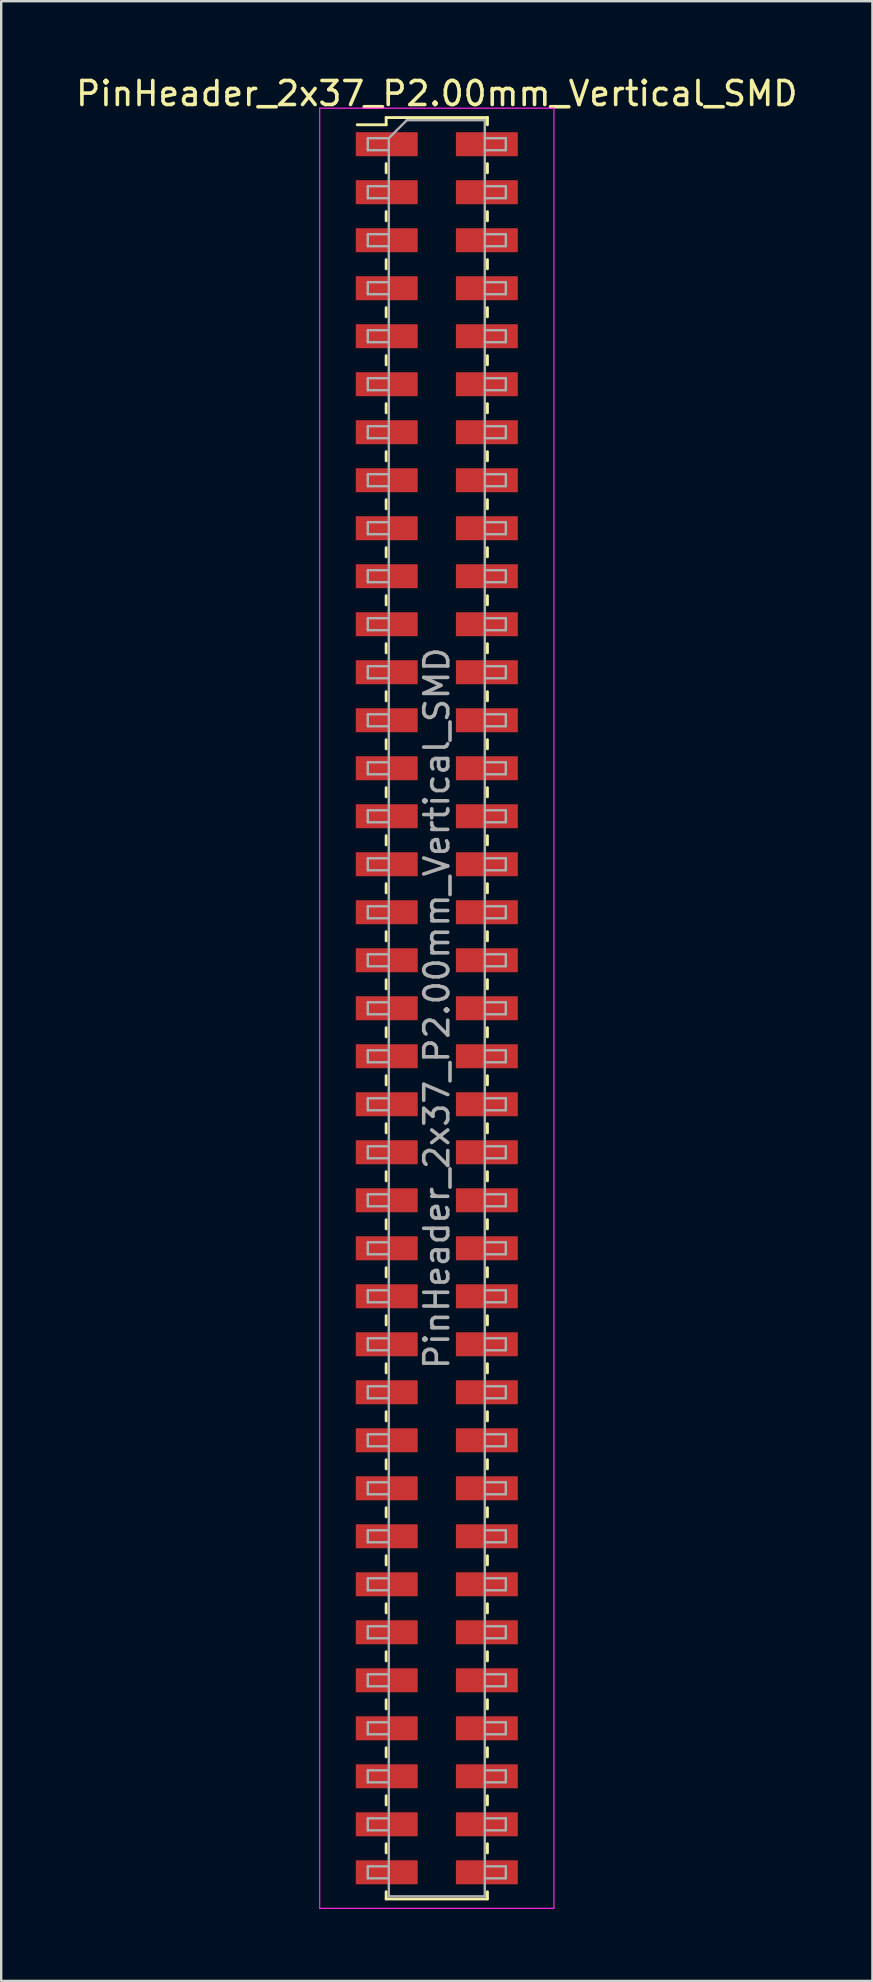
<source format=kicad_pcb>
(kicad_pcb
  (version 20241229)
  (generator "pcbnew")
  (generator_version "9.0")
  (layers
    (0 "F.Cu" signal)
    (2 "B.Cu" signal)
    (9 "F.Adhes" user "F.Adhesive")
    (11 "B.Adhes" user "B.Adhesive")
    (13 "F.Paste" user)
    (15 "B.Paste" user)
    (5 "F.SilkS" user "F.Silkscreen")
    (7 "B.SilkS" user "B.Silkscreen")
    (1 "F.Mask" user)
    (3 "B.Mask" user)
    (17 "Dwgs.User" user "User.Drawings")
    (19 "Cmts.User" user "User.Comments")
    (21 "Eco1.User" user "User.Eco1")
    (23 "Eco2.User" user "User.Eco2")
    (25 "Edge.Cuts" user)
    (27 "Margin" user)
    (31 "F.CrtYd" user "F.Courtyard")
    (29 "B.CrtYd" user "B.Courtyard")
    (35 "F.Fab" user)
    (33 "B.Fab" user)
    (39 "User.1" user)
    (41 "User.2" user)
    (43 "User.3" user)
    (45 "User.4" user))
  (footprint "PinHeader_2x37_P2.00mm_Vertical_SMD"
    (layer "F.Cu")
    (at 15.149 38.958)
    (property "Reference" "PinHeader_2x37_P2.00mm_Vertical_SMD" (at 0 -38.11 0) (layer "F.SilkS") (effects (font (size 1 1) (thickness 0.15))))
    (attr smd)
    (fp_line (start -3.315 -36.81) (end -2.11 -36.81) (stroke (width 0.12) (type solid)) (layer "F.SilkS"))
    (fp_line (start -2.11 -37.11) (end -2.11 -36.81) (stroke (width 0.12) (type solid)) (layer "F.SilkS"))
    (fp_line (start -2.11 -37.11) (end 2.11 -37.11) (stroke (width 0.12) (type solid)) (layer "F.SilkS"))
    (fp_line (start -2.11 -35.19) (end -2.11 -34.81) (stroke (width 0.12) (type solid)) (layer "F.SilkS"))
    (fp_line (start -2.11 -33.19) (end -2.11 -32.81) (stroke (width 0.12) (type solid)) (layer "F.SilkS"))
    (fp_line (start -2.11 -31.19) (end -2.11 -30.81) (stroke (width 0.12) (type solid)) (layer "F.SilkS"))
    (fp_line (start -2.11 -29.19) (end -2.11 -28.81) (stroke (width 0.12) (type solid)) (layer "F.SilkS"))
    (fp_line (start -2.11 -27.19) (end -2.11 -26.81) (stroke (width 0.12) (type solid)) (layer "F.SilkS"))
    (fp_line (start -2.11 -25.19) (end -2.11 -24.81) (stroke (width 0.12) (type solid)) (layer "F.SilkS"))
    (fp_line (start -2.11 -23.19) (end -2.11 -22.81) (stroke (width 0.12) (type solid)) (layer "F.SilkS"))
    (fp_line (start -2.11 -21.19) (end -2.11 -20.81) (stroke (width 0.12) (type solid)) (layer "F.SilkS"))
    (fp_line (start -2.11 -19.19) (end -2.11 -18.81) (stroke (width 0.12) (type solid)) (layer "F.SilkS"))
    (fp_line (start -2.11 -17.19) (end -2.11 -16.81) (stroke (width 0.12) (type solid)) (layer "F.SilkS"))
    (fp_line (start -2.11 -15.19) (end -2.11 -14.81) (stroke (width 0.12) (type solid)) (layer "F.SilkS"))
    (fp_line (start -2.11 -13.19) (end -2.11 -12.81) (stroke (width 0.12) (type solid)) (layer "F.SilkS"))
    (fp_line (start -2.11 -11.19) (end -2.11 -10.81) (stroke (width 0.12) (type solid)) (layer "F.SilkS"))
    (fp_line (start -2.11 -9.19) (end -2.11 -8.81) (stroke (width 0.12) (type solid)) (layer "F.SilkS"))
    (fp_line (start -2.11 -7.19) (end -2.11 -6.81) (stroke (width 0.12) (type solid)) (layer "F.SilkS"))
    (fp_line (start -2.11 -5.19) (end -2.11 -4.81) (stroke (width 0.12) (type solid)) (layer "F.SilkS"))
    (fp_line (start -2.11 -3.19) (end -2.11 -2.81) (stroke (width 0.12) (type solid)) (layer "F.SilkS"))
    (fp_line (start -2.11 -1.19) (end -2.11 -0.81) (stroke (width 0.12) (type solid)) (layer "F.SilkS"))
    (fp_line (start -2.11 0.81) (end -2.11 1.19) (stroke (width 0.12) (type solid)) (layer "F.SilkS"))
    (fp_line (start -2.11 2.81) (end -2.11 3.19) (stroke (width 0.12) (type solid)) (layer "F.SilkS"))
    (fp_line (start -2.11 4.81) (end -2.11 5.19) (stroke (width 0.12) (type solid)) (layer "F.SilkS"))
    (fp_line (start -2.11 6.81) (end -2.11 7.19) (stroke (width 0.12) (type solid)) (layer "F.SilkS"))
    (fp_line (start -2.11 8.81) (end -2.11 9.19) (stroke (width 0.12) (type solid)) (layer "F.SilkS"))
    (fp_line (start -2.11 10.81) (end -2.11 11.19) (stroke (width 0.12) (type solid)) (layer "F.SilkS"))
    (fp_line (start -2.11 12.81) (end -2.11 13.19) (stroke (width 0.12) (type solid)) (layer "F.SilkS"))
    (fp_line (start -2.11 14.81) (end -2.11 15.19) (stroke (width 0.12) (type solid)) (layer "F.SilkS"))
    (fp_line (start -2.11 16.81) (end -2.11 17.19) (stroke (width 0.12) (type solid)) (layer "F.SilkS"))
    (fp_line (start -2.11 18.81) (end -2.11 19.19) (stroke (width 0.12) (type solid)) (layer "F.SilkS"))
    (fp_line (start -2.11 20.81) (end -2.11 21.19) (stroke (width 0.12) (type solid)) (layer "F.SilkS"))
    (fp_line (start -2.11 22.81) (end -2.11 23.19) (stroke (width 0.12) (type solid)) (layer "F.SilkS"))
    (fp_line (start -2.11 24.81) (end -2.11 25.19) (stroke (width 0.12) (type solid)) (layer "F.SilkS"))
    (fp_line (start -2.11 26.81) (end -2.11 27.19) (stroke (width 0.12) (type solid)) (layer "F.SilkS"))
    (fp_line (start -2.11 28.81) (end -2.11 29.19) (stroke (width 0.12) (type solid)) (layer "F.SilkS"))
    (fp_line (start -2.11 30.81) (end -2.11 31.19) (stroke (width 0.12) (type solid)) (layer "F.SilkS"))
    (fp_line (start -2.11 32.81) (end -2.11 33.19) (stroke (width 0.12) (type solid)) (layer "F.SilkS"))
    (fp_line (start -2.11 34.81) (end -2.11 35.19) (stroke (width 0.12) (type solid)) (layer "F.SilkS"))
    (fp_line (start -2.11 36.81) (end -2.11 37.11) (stroke (width 0.12) (type solid)) (layer "F.SilkS"))
    (fp_line (start -2.11 37.11) (end 2.11 37.11) (stroke (width 0.12) (type solid)) (layer "F.SilkS"))
    (fp_line (start 2.11 -37.11) (end 2.11 -36.81) (stroke (width 0.12) (type solid)) (layer "F.SilkS"))
    (fp_line (start 2.11 -35.19) (end 2.11 -34.81) (stroke (width 0.12) (type solid)) (layer "F.SilkS"))
    (fp_line (start 2.11 -33.19) (end 2.11 -32.81) (stroke (width 0.12) (type solid)) (layer "F.SilkS"))
    (fp_line (start 2.11 -31.19) (end 2.11 -30.81) (stroke (width 0.12) (type solid)) (layer "F.SilkS"))
    (fp_line (start 2.11 -29.19) (end 2.11 -28.81) (stroke (width 0.12) (type solid)) (layer "F.SilkS"))
    (fp_line (start 2.11 -27.19) (end 2.11 -26.81) (stroke (width 0.12) (type solid)) (layer "F.SilkS"))
    (fp_line (start 2.11 -25.19) (end 2.11 -24.81) (stroke (width 0.12) (type solid)) (layer "F.SilkS"))
    (fp_line (start 2.11 -23.19) (end 2.11 -22.81) (stroke (width 0.12) (type solid)) (layer "F.SilkS"))
    (fp_line (start 2.11 -21.19) (end 2.11 -20.81) (stroke (width 0.12) (type solid)) (layer "F.SilkS"))
    (fp_line (start 2.11 -19.19) (end 2.11 -18.81) (stroke (width 0.12) (type solid)) (layer "F.SilkS"))
    (fp_line (start 2.11 -17.19) (end 2.11 -16.81) (stroke (width 0.12) (type solid)) (layer "F.SilkS"))
    (fp_line (start 2.11 -15.19) (end 2.11 -14.81) (stroke (width 0.12) (type solid)) (layer "F.SilkS"))
    (fp_line (start 2.11 -13.19) (end 2.11 -12.81) (stroke (width 0.12) (type solid)) (layer "F.SilkS"))
    (fp_line (start 2.11 -11.19) (end 2.11 -10.81) (stroke (width 0.12) (type solid)) (layer "F.SilkS"))
    (fp_line (start 2.11 -9.19) (end 2.11 -8.81) (stroke (width 0.12) (type solid)) (layer "F.SilkS"))
    (fp_line (start 2.11 -7.19) (end 2.11 -6.81) (stroke (width 0.12) (type solid)) (layer "F.SilkS"))
    (fp_line (start 2.11 -5.19) (end 2.11 -4.81) (stroke (width 0.12) (type solid)) (layer "F.SilkS"))
    (fp_line (start 2.11 -3.19) (end 2.11 -2.81) (stroke (width 0.12) (type solid)) (layer "F.SilkS"))
    (fp_line (start 2.11 -1.19) (end 2.11 -0.81) (stroke (width 0.12) (type solid)) (layer "F.SilkS"))
    (fp_line (start 2.11 0.81) (end 2.11 1.19) (stroke (width 0.12) (type solid)) (layer "F.SilkS"))
    (fp_line (start 2.11 2.81) (end 2.11 3.19) (stroke (width 0.12) (type solid)) (layer "F.SilkS"))
    (fp_line (start 2.11 4.81) (end 2.11 5.19) (stroke (width 0.12) (type solid)) (layer "F.SilkS"))
    (fp_line (start 2.11 6.81) (end 2.11 7.19) (stroke (width 0.12) (type solid)) (layer "F.SilkS"))
    (fp_line (start 2.11 8.81) (end 2.11 9.19) (stroke (width 0.12) (type solid)) (layer "F.SilkS"))
    (fp_line (start 2.11 10.81) (end 2.11 11.19) (stroke (width 0.12) (type solid)) (layer "F.SilkS"))
    (fp_line (start 2.11 12.81) (end 2.11 13.19) (stroke (width 0.12) (type solid)) (layer "F.SilkS"))
    (fp_line (start 2.11 14.81) (end 2.11 15.19) (stroke (width 0.12) (type solid)) (layer "F.SilkS"))
    (fp_line (start 2.11 16.81) (end 2.11 17.19) (stroke (width 0.12) (type solid)) (layer "F.SilkS"))
    (fp_line (start 2.11 18.81) (end 2.11 19.19) (stroke (width 0.12) (type solid)) (layer "F.SilkS"))
    (fp_line (start 2.11 20.81) (end 2.11 21.19) (stroke (width 0.12) (type solid)) (layer "F.SilkS"))
    (fp_line (start 2.11 22.81) (end 2.11 23.19) (stroke (width 0.12) (type solid)) (layer "F.SilkS"))
    (fp_line (start 2.11 24.81) (end 2.11 25.19) (stroke (width 0.12) (type solid)) (layer "F.SilkS"))
    (fp_line (start 2.11 26.81) (end 2.11 27.19) (stroke (width 0.12) (type solid)) (layer "F.SilkS"))
    (fp_line (start 2.11 28.81) (end 2.11 29.19) (stroke (width 0.12) (type solid)) (layer "F.SilkS"))
    (fp_line (start 2.11 30.81) (end 2.11 31.19) (stroke (width 0.12) (type solid)) (layer "F.SilkS"))
    (fp_line (start 2.11 32.81) (end 2.11 33.19) (stroke (width 0.12) (type solid)) (layer "F.SilkS"))
    (fp_line (start 2.11 34.81) (end 2.11 35.19) (stroke (width 0.12) (type solid)) (layer "F.SilkS"))
    (fp_line (start 2.11 36.81) (end 2.11 37.11) (stroke (width 0.12) (type solid)) (layer "F.SilkS"))
    (fp_line (start -4.88 -37.5) (end -4.88 37.5) (stroke (width 0.05) (type solid)) (layer "F.CrtYd"))
    (fp_line (start -4.88 37.5) (end 4.88 37.5) (stroke (width 0.05) (type solid)) (layer "F.CrtYd"))
    (fp_line (start 4.88 -37.5) (end -4.88 -37.5) (stroke (width 0.05) (type solid)) (layer "F.CrtYd"))
    (fp_line (start 4.88 37.5) (end 4.88 -37.5) (stroke (width 0.05) (type solid)) (layer "F.CrtYd"))
    (fp_line (start -2.875 -36.25) (end -2.875 -35.75) (stroke (width 0.1) (type solid)) (layer "F.Fab"))
    (fp_line (start -2.875 -35.75) (end -2 -35.75) (stroke (width 0.1) (type solid)) (layer "F.Fab"))
    (fp_line (start -2.875 -34.25) (end -2.875 -33.75) (stroke (width 0.1) (type solid)) (layer "F.Fab"))
    (fp_line (start -2.875 -33.75) (end -2 -33.75) (stroke (width 0.1) (type solid)) (layer "F.Fab"))
    (fp_line (start -2.875 -32.25) (end -2.875 -31.75) (stroke (width 0.1) (type solid)) (layer "F.Fab"))
    (fp_line (start -2.875 -31.75) (end -2 -31.75) (stroke (width 0.1) (type solid)) (layer "F.Fab"))
    (fp_line (start -2.875 -30.25) (end -2.875 -29.75) (stroke (width 0.1) (type solid)) (layer "F.Fab"))
    (fp_line (start -2.875 -29.75) (end -2 -29.75) (stroke (width 0.1) (type solid)) (layer "F.Fab"))
    (fp_line (start -2.875 -28.25) (end -2.875 -27.75) (stroke (width 0.1) (type solid)) (layer "F.Fab"))
    (fp_line (start -2.875 -27.75) (end -2 -27.75) (stroke (width 0.1) (type solid)) (layer "F.Fab"))
    (fp_line (start -2.875 -26.25) (end -2.875 -25.75) (stroke (width 0.1) (type solid)) (layer "F.Fab"))
    (fp_line (start -2.875 -25.75) (end -2 -25.75) (stroke (width 0.1) (type solid)) (layer "F.Fab"))
    (fp_line (start -2.875 -24.25) (end -2.875 -23.75) (stroke (width 0.1) (type solid)) (layer "F.Fab"))
    (fp_line (start -2.875 -23.75) (end -2 -23.75) (stroke (width 0.1) (type solid)) (layer "F.Fab"))
    (fp_line (start -2.875 -22.25) (end -2.875 -21.75) (stroke (width 0.1) (type solid)) (layer "F.Fab"))
    (fp_line (start -2.875 -21.75) (end -2 -21.75) (stroke (width 0.1) (type solid)) (layer "F.Fab"))
    (fp_line (start -2.875 -20.25) (end -2.875 -19.75) (stroke (width 0.1) (type solid)) (layer "F.Fab"))
    (fp_line (start -2.875 -19.75) (end -2 -19.75) (stroke (width 0.1) (type solid)) (layer "F.Fab"))
    (fp_line (start -2.875 -18.25) (end -2.875 -17.75) (stroke (width 0.1) (type solid)) (layer "F.Fab"))
    (fp_line (start -2.875 -17.75) (end -2 -17.75) (stroke (width 0.1) (type solid)) (layer "F.Fab"))
    (fp_line (start -2.875 -16.25) (end -2.875 -15.75) (stroke (width 0.1) (type solid)) (layer "F.Fab"))
    (fp_line (start -2.875 -15.75) (end -2 -15.75) (stroke (width 0.1) (type solid)) (layer "F.Fab"))
    (fp_line (start -2.875 -14.25) (end -2.875 -13.75) (stroke (width 0.1) (type solid)) (layer "F.Fab"))
    (fp_line (start -2.875 -13.75) (end -2 -13.75) (stroke (width 0.1) (type solid)) (layer "F.Fab"))
    (fp_line (start -2.875 -12.25) (end -2.875 -11.75) (stroke (width 0.1) (type solid)) (layer "F.Fab"))
    (fp_line (start -2.875 -11.75) (end -2 -11.75) (stroke (width 0.1) (type solid)) (layer "F.Fab"))
    (fp_line (start -2.875 -10.25) (end -2.875 -9.75) (stroke (width 0.1) (type solid)) (layer "F.Fab"))
    (fp_line (start -2.875 -9.75) (end -2 -9.75) (stroke (width 0.1) (type solid)) (layer "F.Fab"))
    (fp_line (start -2.875 -8.25) (end -2.875 -7.75) (stroke (width 0.1) (type solid)) (layer "F.Fab"))
    (fp_line (start -2.875 -7.75) (end -2 -7.75) (stroke (width 0.1) (type solid)) (layer "F.Fab"))
    (fp_line (start -2.875 -6.25) (end -2.875 -5.75) (stroke (width 0.1) (type solid)) (layer "F.Fab"))
    (fp_line (start -2.875 -5.75) (end -2 -5.75) (stroke (width 0.1) (type solid)) (layer "F.Fab"))
    (fp_line (start -2.875 -4.25) (end -2.875 -3.75) (stroke (width 0.1) (type solid)) (layer "F.Fab"))
    (fp_line (start -2.875 -3.75) (end -2 -3.75) (stroke (width 0.1) (type solid)) (layer "F.Fab"))
    (fp_line (start -2.875 -2.25) (end -2.875 -1.75) (stroke (width 0.1) (type solid)) (layer "F.Fab"))
    (fp_line (start -2.875 -1.75) (end -2 -1.75) (stroke (width 0.1) (type solid)) (layer "F.Fab"))
    (fp_line (start -2.875 -0.25) (end -2.875 0.25) (stroke (width 0.1) (type solid)) (layer "F.Fab"))
    (fp_line (start -2.875 0.25) (end -2 0.25) (stroke (width 0.1) (type solid)) (layer "F.Fab"))
    (fp_line (start -2.875 1.75) (end -2.875 2.25) (stroke (width 0.1) (type solid)) (layer "F.Fab"))
    (fp_line (start -2.875 2.25) (end -2 2.25) (stroke (width 0.1) (type solid)) (layer "F.Fab"))
    (fp_line (start -2.875 3.75) (end -2.875 4.25) (stroke (width 0.1) (type solid)) (layer "F.Fab"))
    (fp_line (start -2.875 4.25) (end -2 4.25) (stroke (width 0.1) (type solid)) (layer "F.Fab"))
    (fp_line (start -2.875 5.75) (end -2.875 6.25) (stroke (width 0.1) (type solid)) (layer "F.Fab"))
    (fp_line (start -2.875 6.25) (end -2 6.25) (stroke (width 0.1) (type solid)) (layer "F.Fab"))
    (fp_line (start -2.875 7.75) (end -2.875 8.25) (stroke (width 0.1) (type solid)) (layer "F.Fab"))
    (fp_line (start -2.875 8.25) (end -2 8.25) (stroke (width 0.1) (type solid)) (layer "F.Fab"))
    (fp_line (start -2.875 9.75) (end -2.875 10.25) (stroke (width 0.1) (type solid)) (layer "F.Fab"))
    (fp_line (start -2.875 10.25) (end -2 10.25) (stroke (width 0.1) (type solid)) (layer "F.Fab"))
    (fp_line (start -2.875 11.75) (end -2.875 12.25) (stroke (width 0.1) (type solid)) (layer "F.Fab"))
    (fp_line (start -2.875 12.25) (end -2 12.25) (stroke (width 0.1) (type solid)) (layer "F.Fab"))
    (fp_line (start -2.875 13.75) (end -2.875 14.25) (stroke (width 0.1) (type solid)) (layer "F.Fab"))
    (fp_line (start -2.875 14.25) (end -2 14.25) (stroke (width 0.1) (type solid)) (layer "F.Fab"))
    (fp_line (start -2.875 15.75) (end -2.875 16.25) (stroke (width 0.1) (type solid)) (layer "F.Fab"))
    (fp_line (start -2.875 16.25) (end -2 16.25) (stroke (width 0.1) (type solid)) (layer "F.Fab"))
    (fp_line (start -2.875 17.75) (end -2.875 18.25) (stroke (width 0.1) (type solid)) (layer "F.Fab"))
    (fp_line (start -2.875 18.25) (end -2 18.25) (stroke (width 0.1) (type solid)) (layer "F.Fab"))
    (fp_line (start -2.875 19.75) (end -2.875 20.25) (stroke (width 0.1) (type solid)) (layer "F.Fab"))
    (fp_line (start -2.875 20.25) (end -2 20.25) (stroke (width 0.1) (type solid)) (layer "F.Fab"))
    (fp_line (start -2.875 21.75) (end -2.875 22.25) (stroke (width 0.1) (type solid)) (layer "F.Fab"))
    (fp_line (start -2.875 22.25) (end -2 22.25) (stroke (width 0.1) (type solid)) (layer "F.Fab"))
    (fp_line (start -2.875 23.75) (end -2.875 24.25) (stroke (width 0.1) (type solid)) (layer "F.Fab"))
    (fp_line (start -2.875 24.25) (end -2 24.25) (stroke (width 0.1) (type solid)) (layer "F.Fab"))
    (fp_line (start -2.875 25.75) (end -2.875 26.25) (stroke (width 0.1) (type solid)) (layer "F.Fab"))
    (fp_line (start -2.875 26.25) (end -2 26.25) (stroke (width 0.1) (type solid)) (layer "F.Fab"))
    (fp_line (start -2.875 27.75) (end -2.875 28.25) (stroke (width 0.1) (type solid)) (layer "F.Fab"))
    (fp_line (start -2.875 28.25) (end -2 28.25) (stroke (width 0.1) (type solid)) (layer "F.Fab"))
    (fp_line (start -2.875 29.75) (end -2.875 30.25) (stroke (width 0.1) (type solid)) (layer "F.Fab"))
    (fp_line (start -2.875 30.25) (end -2 30.25) (stroke (width 0.1) (type solid)) (layer "F.Fab"))
    (fp_line (start -2.875 31.75) (end -2.875 32.25) (stroke (width 0.1) (type solid)) (layer "F.Fab"))
    (fp_line (start -2.875 32.25) (end -2 32.25) (stroke (width 0.1) (type solid)) (layer "F.Fab"))
    (fp_line (start -2.875 33.75) (end -2.875 34.25) (stroke (width 0.1) (type solid)) (layer "F.Fab"))
    (fp_line (start -2.875 34.25) (end -2 34.25) (stroke (width 0.1) (type solid)) (layer "F.Fab"))
    (fp_line (start -2.875 35.75) (end -2.875 36.25) (stroke (width 0.1) (type solid)) (layer "F.Fab"))
    (fp_line (start -2.875 36.25) (end -2 36.25) (stroke (width 0.1) (type solid)) (layer "F.Fab"))
    (fp_line (start -2 -36.25) (end -2.875 -36.25) (stroke (width 0.1) (type solid)) (layer "F.Fab"))
    (fp_line (start -2 -36.25) (end -1.25 -37) (stroke (width 0.1) (type solid)) (layer "F.Fab"))
    (fp_line (start -2 -34.25) (end -2.875 -34.25) (stroke (width 0.1) (type solid)) (layer "F.Fab"))
    (fp_line (start -2 -32.25) (end -2.875 -32.25) (stroke (width 0.1) (type solid)) (layer "F.Fab"))
    (fp_line (start -2 -30.25) (end -2.875 -30.25) (stroke (width 0.1) (type solid)) (layer "F.Fab"))
    (fp_line (start -2 -28.25) (end -2.875 -28.25) (stroke (width 0.1) (type solid)) (layer "F.Fab"))
    (fp_line (start -2 -26.25) (end -2.875 -26.25) (stroke (width 0.1) (type solid)) (layer "F.Fab"))
    (fp_line (start -2 -24.25) (end -2.875 -24.25) (stroke (width 0.1) (type solid)) (layer "F.Fab"))
    (fp_line (start -2 -22.25) (end -2.875 -22.25) (stroke (width 0.1) (type solid)) (layer "F.Fab"))
    (fp_line (start -2 -20.25) (end -2.875 -20.25) (stroke (width 0.1) (type solid)) (layer "F.Fab"))
    (fp_line (start -2 -18.25) (end -2.875 -18.25) (stroke (width 0.1) (type solid)) (layer "F.Fab"))
    (fp_line (start -2 -16.25) (end -2.875 -16.25) (stroke (width 0.1) (type solid)) (layer "F.Fab"))
    (fp_line (start -2 -14.25) (end -2.875 -14.25) (stroke (width 0.1) (type solid)) (layer "F.Fab"))
    (fp_line (start -2 -12.25) (end -2.875 -12.25) (stroke (width 0.1) (type solid)) (layer "F.Fab"))
    (fp_line (start -2 -10.25) (end -2.875 -10.25) (stroke (width 0.1) (type solid)) (layer "F.Fab"))
    (fp_line (start -2 -8.25) (end -2.875 -8.25) (stroke (width 0.1) (type solid)) (layer "F.Fab"))
    (fp_line (start -2 -6.25) (end -2.875 -6.25) (stroke (width 0.1) (type solid)) (layer "F.Fab"))
    (fp_line (start -2 -4.25) (end -2.875 -4.25) (stroke (width 0.1) (type solid)) (layer "F.Fab"))
    (fp_line (start -2 -2.25) (end -2.875 -2.25) (stroke (width 0.1) (type solid)) (layer "F.Fab"))
    (fp_line (start -2 -0.25) (end -2.875 -0.25) (stroke (width 0.1) (type solid)) (layer "F.Fab"))
    (fp_line (start -2 1.75) (end -2.875 1.75) (stroke (width 0.1) (type solid)) (layer "F.Fab"))
    (fp_line (start -2 3.75) (end -2.875 3.75) (stroke (width 0.1) (type solid)) (layer "F.Fab"))
    (fp_line (start -2 5.75) (end -2.875 5.75) (stroke (width 0.1) (type solid)) (layer "F.Fab"))
    (fp_line (start -2 7.75) (end -2.875 7.75) (stroke (width 0.1) (type solid)) (layer "F.Fab"))
    (fp_line (start -2 9.75) (end -2.875 9.75) (stroke (width 0.1) (type solid)) (layer "F.Fab"))
    (fp_line (start -2 11.75) (end -2.875 11.75) (stroke (width 0.1) (type solid)) (layer "F.Fab"))
    (fp_line (start -2 13.75) (end -2.875 13.75) (stroke (width 0.1) (type solid)) (layer "F.Fab"))
    (fp_line (start -2 15.75) (end -2.875 15.75) (stroke (width 0.1) (type solid)) (layer "F.Fab"))
    (fp_line (start -2 17.75) (end -2.875 17.75) (stroke (width 0.1) (type solid)) (layer "F.Fab"))
    (fp_line (start -2 19.75) (end -2.875 19.75) (stroke (width 0.1) (type solid)) (layer "F.Fab"))
    (fp_line (start -2 21.75) (end -2.875 21.75) (stroke (width 0.1) (type solid)) (layer "F.Fab"))
    (fp_line (start -2 23.75) (end -2.875 23.75) (stroke (width 0.1) (type solid)) (layer "F.Fab"))
    (fp_line (start -2 25.75) (end -2.875 25.75) (stroke (width 0.1) (type solid)) (layer "F.Fab"))
    (fp_line (start -2 27.75) (end -2.875 27.75) (stroke (width 0.1) (type solid)) (layer "F.Fab"))
    (fp_line (start -2 29.75) (end -2.875 29.75) (stroke (width 0.1) (type solid)) (layer "F.Fab"))
    (fp_line (start -2 31.75) (end -2.875 31.75) (stroke (width 0.1) (type solid)) (layer "F.Fab"))
    (fp_line (start -2 33.75) (end -2.875 33.75) (stroke (width 0.1) (type solid)) (layer "F.Fab"))
    (fp_line (start -2 35.75) (end -2.875 35.75) (stroke (width 0.1) (type solid)) (layer "F.Fab"))
    (fp_line (start -2 37) (end -2 -36.25) (stroke (width 0.1) (type solid)) (layer "F.Fab"))
    (fp_line (start -1.25 -37) (end 2 -37) (stroke (width 0.1) (type solid)) (layer "F.Fab"))
    (fp_line (start 2 -37) (end 2 37) (stroke (width 0.1) (type solid)) (layer "F.Fab"))
    (fp_line (start 2 -36.25) (end 2.875 -36.25) (stroke (width 0.1) (type solid)) (layer "F.Fab"))
    (fp_line (start 2 -34.25) (end 2.875 -34.25) (stroke (width 0.1) (type solid)) (layer "F.Fab"))
    (fp_line (start 2 -32.25) (end 2.875 -32.25) (stroke (width 0.1) (type solid)) (layer "F.Fab"))
    (fp_line (start 2 -30.25) (end 2.875 -30.25) (stroke (width 0.1) (type solid)) (layer "F.Fab"))
    (fp_line (start 2 -28.25) (end 2.875 -28.25) (stroke (width 0.1) (type solid)) (layer "F.Fab"))
    (fp_line (start 2 -26.25) (end 2.875 -26.25) (stroke (width 0.1) (type solid)) (layer "F.Fab"))
    (fp_line (start 2 -24.25) (end 2.875 -24.25) (stroke (width 0.1) (type solid)) (layer "F.Fab"))
    (fp_line (start 2 -22.25) (end 2.875 -22.25) (stroke (width 0.1) (type solid)) (layer "F.Fab"))
    (fp_line (start 2 -20.25) (end 2.875 -20.25) (stroke (width 0.1) (type solid)) (layer "F.Fab"))
    (fp_line (start 2 -18.25) (end 2.875 -18.25) (stroke (width 0.1) (type solid)) (layer "F.Fab"))
    (fp_line (start 2 -16.25) (end 2.875 -16.25) (stroke (width 0.1) (type solid)) (layer "F.Fab"))
    (fp_line (start 2 -14.25) (end 2.875 -14.25) (stroke (width 0.1) (type solid)) (layer "F.Fab"))
    (fp_line (start 2 -12.25) (end 2.875 -12.25) (stroke (width 0.1) (type solid)) (layer "F.Fab"))
    (fp_line (start 2 -10.25) (end 2.875 -10.25) (stroke (width 0.1) (type solid)) (layer "F.Fab"))
    (fp_line (start 2 -8.25) (end 2.875 -8.25) (stroke (width 0.1) (type solid)) (layer "F.Fab"))
    (fp_line (start 2 -6.25) (end 2.875 -6.25) (stroke (width 0.1) (type solid)) (layer "F.Fab"))
    (fp_line (start 2 -4.25) (end 2.875 -4.25) (stroke (width 0.1) (type solid)) (layer "F.Fab"))
    (fp_line (start 2 -2.25) (end 2.875 -2.25) (stroke (width 0.1) (type solid)) (layer "F.Fab"))
    (fp_line (start 2 -0.25) (end 2.875 -0.25) (stroke (width 0.1) (type solid)) (layer "F.Fab"))
    (fp_line (start 2 1.75) (end 2.875 1.75) (stroke (width 0.1) (type solid)) (layer "F.Fab"))
    (fp_line (start 2 3.75) (end 2.875 3.75) (stroke (width 0.1) (type solid)) (layer "F.Fab"))
    (fp_line (start 2 5.75) (end 2.875 5.75) (stroke (width 0.1) (type solid)) (layer "F.Fab"))
    (fp_line (start 2 7.75) (end 2.875 7.75) (stroke (width 0.1) (type solid)) (layer "F.Fab"))
    (fp_line (start 2 9.75) (end 2.875 9.75) (stroke (width 0.1) (type solid)) (layer "F.Fab"))
    (fp_line (start 2 11.75) (end 2.875 11.75) (stroke (width 0.1) (type solid)) (layer "F.Fab"))
    (fp_line (start 2 13.75) (end 2.875 13.75) (stroke (width 0.1) (type solid)) (layer "F.Fab"))
    (fp_line (start 2 15.75) (end 2.875 15.75) (stroke (width 0.1) (type solid)) (layer "F.Fab"))
    (fp_line (start 2 17.75) (end 2.875 17.75) (stroke (width 0.1) (type solid)) (layer "F.Fab"))
    (fp_line (start 2 19.75) (end 2.875 19.75) (stroke (width 0.1) (type solid)) (layer "F.Fab"))
    (fp_line (start 2 21.75) (end 2.875 21.75) (stroke (width 0.1) (type solid)) (layer "F.Fab"))
    (fp_line (start 2 23.75) (end 2.875 23.75) (stroke (width 0.1) (type solid)) (layer "F.Fab"))
    (fp_line (start 2 25.75) (end 2.875 25.75) (stroke (width 0.1) (type solid)) (layer "F.Fab"))
    (fp_line (start 2 27.75) (end 2.875 27.75) (stroke (width 0.1) (type solid)) (layer "F.Fab"))
    (fp_line (start 2 29.75) (end 2.875 29.75) (stroke (width 0.1) (type solid)) (layer "F.Fab"))
    (fp_line (start 2 31.75) (end 2.875 31.75) (stroke (width 0.1) (type solid)) (layer "F.Fab"))
    (fp_line (start 2 33.75) (end 2.875 33.75) (stroke (width 0.1) (type solid)) (layer "F.Fab"))
    (fp_line (start 2 35.75) (end 2.875 35.75) (stroke (width 0.1) (type solid)) (layer "F.Fab"))
    (fp_line (start 2 37) (end -2 37) (stroke (width 0.1) (type solid)) (layer "F.Fab"))
    (fp_line (start 2.875 -36.25) (end 2.875 -35.75) (stroke (width 0.1) (type solid)) (layer "F.Fab"))
    (fp_line (start 2.875 -35.75) (end 2 -35.75) (stroke (width 0.1) (type solid)) (layer "F.Fab"))
    (fp_line (start 2.875 -34.25) (end 2.875 -33.75) (stroke (width 0.1) (type solid)) (layer "F.Fab"))
    (fp_line (start 2.875 -33.75) (end 2 -33.75) (stroke (width 0.1) (type solid)) (layer "F.Fab"))
    (fp_line (start 2.875 -32.25) (end 2.875 -31.75) (stroke (width 0.1) (type solid)) (layer "F.Fab"))
    (fp_line (start 2.875 -31.75) (end 2 -31.75) (stroke (width 0.1) (type solid)) (layer "F.Fab"))
    (fp_line (start 2.875 -30.25) (end 2.875 -29.75) (stroke (width 0.1) (type solid)) (layer "F.Fab"))
    (fp_line (start 2.875 -29.75) (end 2 -29.75) (stroke (width 0.1) (type solid)) (layer "F.Fab"))
    (fp_line (start 2.875 -28.25) (end 2.875 -27.75) (stroke (width 0.1) (type solid)) (layer "F.Fab"))
    (fp_line (start 2.875 -27.75) (end 2 -27.75) (stroke (width 0.1) (type solid)) (layer "F.Fab"))
    (fp_line (start 2.875 -26.25) (end 2.875 -25.75) (stroke (width 0.1) (type solid)) (layer "F.Fab"))
    (fp_line (start 2.875 -25.75) (end 2 -25.75) (stroke (width 0.1) (type solid)) (layer "F.Fab"))
    (fp_line (start 2.875 -24.25) (end 2.875 -23.75) (stroke (width 0.1) (type solid)) (layer "F.Fab"))
    (fp_line (start 2.875 -23.75) (end 2 -23.75) (stroke (width 0.1) (type solid)) (layer "F.Fab"))
    (fp_line (start 2.875 -22.25) (end 2.875 -21.75) (stroke (width 0.1) (type solid)) (layer "F.Fab"))
    (fp_line (start 2.875 -21.75) (end 2 -21.75) (stroke (width 0.1) (type solid)) (layer "F.Fab"))
    (fp_line (start 2.875 -20.25) (end 2.875 -19.75) (stroke (width 0.1) (type solid)) (layer "F.Fab"))
    (fp_line (start 2.875 -19.75) (end 2 -19.75) (stroke (width 0.1) (type solid)) (layer "F.Fab"))
    (fp_line (start 2.875 -18.25) (end 2.875 -17.75) (stroke (width 0.1) (type solid)) (layer "F.Fab"))
    (fp_line (start 2.875 -17.75) (end 2 -17.75) (stroke (width 0.1) (type solid)) (layer "F.Fab"))
    (fp_line (start 2.875 -16.25) (end 2.875 -15.75) (stroke (width 0.1) (type solid)) (layer "F.Fab"))
    (fp_line (start 2.875 -15.75) (end 2 -15.75) (stroke (width 0.1) (type solid)) (layer "F.Fab"))
    (fp_line (start 2.875 -14.25) (end 2.875 -13.75) (stroke (width 0.1) (type solid)) (layer "F.Fab"))
    (fp_line (start 2.875 -13.75) (end 2 -13.75) (stroke (width 0.1) (type solid)) (layer "F.Fab"))
    (fp_line (start 2.875 -12.25) (end 2.875 -11.75) (stroke (width 0.1) (type solid)) (layer "F.Fab"))
    (fp_line (start 2.875 -11.75) (end 2 -11.75) (stroke (width 0.1) (type solid)) (layer "F.Fab"))
    (fp_line (start 2.875 -10.25) (end 2.875 -9.75) (stroke (width 0.1) (type solid)) (layer "F.Fab"))
    (fp_line (start 2.875 -9.75) (end 2 -9.75) (stroke (width 0.1) (type solid)) (layer "F.Fab"))
    (fp_line (start 2.875 -8.25) (end 2.875 -7.75) (stroke (width 0.1) (type solid)) (layer "F.Fab"))
    (fp_line (start 2.875 -7.75) (end 2 -7.75) (stroke (width 0.1) (type solid)) (layer "F.Fab"))
    (fp_line (start 2.875 -6.25) (end 2.875 -5.75) (stroke (width 0.1) (type solid)) (layer "F.Fab"))
    (fp_line (start 2.875 -5.75) (end 2 -5.75) (stroke (width 0.1) (type solid)) (layer "F.Fab"))
    (fp_line (start 2.875 -4.25) (end 2.875 -3.75) (stroke (width 0.1) (type solid)) (layer "F.Fab"))
    (fp_line (start 2.875 -3.75) (end 2 -3.75) (stroke (width 0.1) (type solid)) (layer "F.Fab"))
    (fp_line (start 2.875 -2.25) (end 2.875 -1.75) (stroke (width 0.1) (type solid)) (layer "F.Fab"))
    (fp_line (start 2.875 -1.75) (end 2 -1.75) (stroke (width 0.1) (type solid)) (layer "F.Fab"))
    (fp_line (start 2.875 -0.25) (end 2.875 0.25) (stroke (width 0.1) (type solid)) (layer "F.Fab"))
    (fp_line (start 2.875 0.25) (end 2 0.25) (stroke (width 0.1) (type solid)) (layer "F.Fab"))
    (fp_line (start 2.875 1.75) (end 2.875 2.25) (stroke (width 0.1) (type solid)) (layer "F.Fab"))
    (fp_line (start 2.875 2.25) (end 2 2.25) (stroke (width 0.1) (type solid)) (layer "F.Fab"))
    (fp_line (start 2.875 3.75) (end 2.875 4.25) (stroke (width 0.1) (type solid)) (layer "F.Fab"))
    (fp_line (start 2.875 4.25) (end 2 4.25) (stroke (width 0.1) (type solid)) (layer "F.Fab"))
    (fp_line (start 2.875 5.75) (end 2.875 6.25) (stroke (width 0.1) (type solid)) (layer "F.Fab"))
    (fp_line (start 2.875 6.25) (end 2 6.25) (stroke (width 0.1) (type solid)) (layer "F.Fab"))
    (fp_line (start 2.875 7.75) (end 2.875 8.25) (stroke (width 0.1) (type solid)) (layer "F.Fab"))
    (fp_line (start 2.875 8.25) (end 2 8.25) (stroke (width 0.1) (type solid)) (layer "F.Fab"))
    (fp_line (start 2.875 9.75) (end 2.875 10.25) (stroke (width 0.1) (type solid)) (layer "F.Fab"))
    (fp_line (start 2.875 10.25) (end 2 10.25) (stroke (width 0.1) (type solid)) (layer "F.Fab"))
    (fp_line (start 2.875 11.75) (end 2.875 12.25) (stroke (width 0.1) (type solid)) (layer "F.Fab"))
    (fp_line (start 2.875 12.25) (end 2 12.25) (stroke (width 0.1) (type solid)) (layer "F.Fab"))
    (fp_line (start 2.875 13.75) (end 2.875 14.25) (stroke (width 0.1) (type solid)) (layer "F.Fab"))
    (fp_line (start 2.875 14.25) (end 2 14.25) (stroke (width 0.1) (type solid)) (layer "F.Fab"))
    (fp_line (start 2.875 15.75) (end 2.875 16.25) (stroke (width 0.1) (type solid)) (layer "F.Fab"))
    (fp_line (start 2.875 16.25) (end 2 16.25) (stroke (width 0.1) (type solid)) (layer "F.Fab"))
    (fp_line (start 2.875 17.75) (end 2.875 18.25) (stroke (width 0.1) (type solid)) (layer "F.Fab"))
    (fp_line (start 2.875 18.25) (end 2 18.25) (stroke (width 0.1) (type solid)) (layer "F.Fab"))
    (fp_line (start 2.875 19.75) (end 2.875 20.25) (stroke (width 0.1) (type solid)) (layer "F.Fab"))
    (fp_line (start 2.875 20.25) (end 2 20.25) (stroke (width 0.1) (type solid)) (layer "F.Fab"))
    (fp_line (start 2.875 21.75) (end 2.875 22.25) (stroke (width 0.1) (type solid)) (layer "F.Fab"))
    (fp_line (start 2.875 22.25) (end 2 22.25) (stroke (width 0.1) (type solid)) (layer "F.Fab"))
    (fp_line (start 2.875 23.75) (end 2.875 24.25) (stroke (width 0.1) (type solid)) (layer "F.Fab"))
    (fp_line (start 2.875 24.25) (end 2 24.25) (stroke (width 0.1) (type solid)) (layer "F.Fab"))
    (fp_line (start 2.875 25.75) (end 2.875 26.25) (stroke (width 0.1) (type solid)) (layer "F.Fab"))
    (fp_line (start 2.875 26.25) (end 2 26.25) (stroke (width 0.1) (type solid)) (layer "F.Fab"))
    (fp_line (start 2.875 27.75) (end 2.875 28.25) (stroke (width 0.1) (type solid)) (layer "F.Fab"))
    (fp_line (start 2.875 28.25) (end 2 28.25) (stroke (width 0.1) (type solid)) (layer "F.Fab"))
    (fp_line (start 2.875 29.75) (end 2.875 30.25) (stroke (width 0.1) (type solid)) (layer "F.Fab"))
    (fp_line (start 2.875 30.25) (end 2 30.25) (stroke (width 0.1) (type solid)) (layer "F.Fab"))
    (fp_line (start 2.875 31.75) (end 2.875 32.25) (stroke (width 0.1) (type solid)) (layer "F.Fab"))
    (fp_line (start 2.875 32.25) (end 2 32.25) (stroke (width 0.1) (type solid)) (layer "F.Fab"))
    (fp_line (start 2.875 33.75) (end 2.875 34.25) (stroke (width 0.1) (type solid)) (layer "F.Fab"))
    (fp_line (start 2.875 34.25) (end 2 34.25) (stroke (width 0.1) (type solid)) (layer "F.Fab"))
    (fp_line (start 2.875 35.75) (end 2.875 36.25) (stroke (width 0.1) (type solid)) (layer "F.Fab"))
    (fp_line (start 2.875 36.25) (end 2 36.25) (stroke (width 0.1) (type solid)) (layer "F.Fab"))
    (fp_text user "${REFERENCE}" (at 0 0 90) (layer "F.Fab") (effects (font (size 1 1) (thickness 0.15))))
    (pad "1" smd rect (at -2.085 -36) (size 2.58 1) (layers "F.Cu" "F.Mask" "F.Paste"))
    (pad "2" smd rect (at 2.085 -36) (size 2.58 1) (layers "F.Cu" "F.Mask" "F.Paste"))
    (pad "3" smd rect (at -2.085 -34) (size 2.58 1) (layers "F.Cu" "F.Mask" "F.Paste"))
    (pad "4" smd rect (at 2.085 -34) (size 2.58 1) (layers "F.Cu" "F.Mask" "F.Paste"))
    (pad "5" smd rect (at -2.085 -32) (size 2.58 1) (layers "F.Cu" "F.Mask" "F.Paste"))
    (pad "6" smd rect (at 2.085 -32) (size 2.58 1) (layers "F.Cu" "F.Mask" "F.Paste"))
    (pad "7" smd rect (at -2.085 -30) (size 2.58 1) (layers "F.Cu" "F.Mask" "F.Paste"))
    (pad "8" smd rect (at 2.085 -30) (size 2.58 1) (layers "F.Cu" "F.Mask" "F.Paste"))
    (pad "9" smd rect (at -2.085 -28) (size 2.58 1) (layers "F.Cu" "F.Mask" "F.Paste"))
    (pad "10" smd rect (at 2.085 -28) (size 2.58 1) (layers "F.Cu" "F.Mask" "F.Paste"))
    (pad "11" smd rect (at -2.085 -26) (size 2.58 1) (layers "F.Cu" "F.Mask" "F.Paste"))
    (pad "12" smd rect (at 2.085 -26) (size 2.58 1) (layers "F.Cu" "F.Mask" "F.Paste"))
    (pad "13" smd rect (at -2.085 -24) (size 2.58 1) (layers "F.Cu" "F.Mask" "F.Paste"))
    (pad "14" smd rect (at 2.085 -24) (size 2.58 1) (layers "F.Cu" "F.Mask" "F.Paste"))
    (pad "15" smd rect (at -2.085 -22) (size 2.58 1) (layers "F.Cu" "F.Mask" "F.Paste"))
    (pad "16" smd rect (at 2.085 -22) (size 2.58 1) (layers "F.Cu" "F.Mask" "F.Paste"))
    (pad "17" smd rect (at -2.085 -20) (size 2.58 1) (layers "F.Cu" "F.Mask" "F.Paste"))
    (pad "18" smd rect (at 2.085 -20) (size 2.58 1) (layers "F.Cu" "F.Mask" "F.Paste"))
    (pad "19" smd rect (at -2.085 -18) (size 2.58 1) (layers "F.Cu" "F.Mask" "F.Paste"))
    (pad "20" smd rect (at 2.085 -18) (size 2.58 1) (layers "F.Cu" "F.Mask" "F.Paste"))
    (pad "21" smd rect (at -2.085 -16) (size 2.58 1) (layers "F.Cu" "F.Mask" "F.Paste"))
    (pad "22" smd rect (at 2.085 -16) (size 2.58 1) (layers "F.Cu" "F.Mask" "F.Paste"))
    (pad "23" smd rect (at -2.085 -14) (size 2.58 1) (layers "F.Cu" "F.Mask" "F.Paste"))
    (pad "24" smd rect (at 2.085 -14) (size 2.58 1) (layers "F.Cu" "F.Mask" "F.Paste"))
    (pad "25" smd rect (at -2.085 -12) (size 2.58 1) (layers "F.Cu" "F.Mask" "F.Paste"))
    (pad "26" smd rect (at 2.085 -12) (size 2.58 1) (layers "F.Cu" "F.Mask" "F.Paste"))
    (pad "27" smd rect (at -2.085 -10) (size 2.58 1) (layers "F.Cu" "F.Mask" "F.Paste"))
    (pad "28" smd rect (at 2.085 -10) (size 2.58 1) (layers "F.Cu" "F.Mask" "F.Paste"))
    (pad "29" smd rect (at -2.085 -8) (size 2.58 1) (layers "F.Cu" "F.Mask" "F.Paste"))
    (pad "30" smd rect (at 2.085 -8) (size 2.58 1) (layers "F.Cu" "F.Mask" "F.Paste"))
    (pad "31" smd rect (at -2.085 -6) (size 2.58 1) (layers "F.Cu" "F.Mask" "F.Paste"))
    (pad "32" smd rect (at 2.085 -6) (size 2.58 1) (layers "F.Cu" "F.Mask" "F.Paste"))
    (pad "33" smd rect (at -2.085 -4) (size 2.58 1) (layers "F.Cu" "F.Mask" "F.Paste"))
    (pad "34" smd rect (at 2.085 -4) (size 2.58 1) (layers "F.Cu" "F.Mask" "F.Paste"))
    (pad "35" smd rect (at -2.085 -2) (size 2.58 1) (layers "F.Cu" "F.Mask" "F.Paste"))
    (pad "36" smd rect (at 2.085 -2) (size 2.58 1) (layers "F.Cu" "F.Mask" "F.Paste"))
    (pad "37" smd rect (at -2.085 0) (size 2.58 1) (layers "F.Cu" "F.Mask" "F.Paste"))
    (pad "38" smd rect (at 2.085 0) (size 2.58 1) (layers "F.Cu" "F.Mask" "F.Paste"))
    (pad "39" smd rect (at -2.085 2) (size 2.58 1) (layers "F.Cu" "F.Mask" "F.Paste"))
    (pad "40" smd rect (at 2.085 2) (size 2.58 1) (layers "F.Cu" "F.Mask" "F.Paste"))
    (pad "41" smd rect (at -2.085 4) (size 2.58 1) (layers "F.Cu" "F.Mask" "F.Paste"))
    (pad "42" smd rect (at 2.085 4) (size 2.58 1) (layers "F.Cu" "F.Mask" "F.Paste"))
    (pad "43" smd rect (at -2.085 6) (size 2.58 1) (layers "F.Cu" "F.Mask" "F.Paste"))
    (pad "44" smd rect (at 2.085 6) (size 2.58 1) (layers "F.Cu" "F.Mask" "F.Paste"))
    (pad "45" smd rect (at -2.085 8) (size 2.58 1) (layers "F.Cu" "F.Mask" "F.Paste"))
    (pad "46" smd rect (at 2.085 8) (size 2.58 1) (layers "F.Cu" "F.Mask" "F.Paste"))
    (pad "47" smd rect (at -2.085 10) (size 2.58 1) (layers "F.Cu" "F.Mask" "F.Paste"))
    (pad "48" smd rect (at 2.085 10) (size 2.58 1) (layers "F.Cu" "F.Mask" "F.Paste"))
    (pad "49" smd rect (at -2.085 12) (size 2.58 1) (layers "F.Cu" "F.Mask" "F.Paste"))
    (pad "50" smd rect (at 2.085 12) (size 2.58 1) (layers "F.Cu" "F.Mask" "F.Paste"))
    (pad "51" smd rect (at -2.085 14) (size 2.58 1) (layers "F.Cu" "F.Mask" "F.Paste"))
    (pad "52" smd rect (at 2.085 14) (size 2.58 1) (layers "F.Cu" "F.Mask" "F.Paste"))
    (pad "53" smd rect (at -2.085 16) (size 2.58 1) (layers "F.Cu" "F.Mask" "F.Paste"))
    (pad "54" smd rect (at 2.085 16) (size 2.58 1) (layers "F.Cu" "F.Mask" "F.Paste"))
    (pad "55" smd rect (at -2.085 18) (size 2.58 1) (layers "F.Cu" "F.Mask" "F.Paste"))
    (pad "56" smd rect (at 2.085 18) (size 2.58 1) (layers "F.Cu" "F.Mask" "F.Paste"))
    (pad "57" smd rect (at -2.085 20) (size 2.58 1) (layers "F.Cu" "F.Mask" "F.Paste"))
    (pad "58" smd rect (at 2.085 20) (size 2.58 1) (layers "F.Cu" "F.Mask" "F.Paste"))
    (pad "59" smd rect (at -2.085 22) (size 2.58 1) (layers "F.Cu" "F.Mask" "F.Paste"))
    (pad "60" smd rect (at 2.085 22) (size 2.58 1) (layers "F.Cu" "F.Mask" "F.Paste"))
    (pad "61" smd rect (at -2.085 24) (size 2.58 1) (layers "F.Cu" "F.Mask" "F.Paste"))
    (pad "62" smd rect (at 2.085 24) (size 2.58 1) (layers "F.Cu" "F.Mask" "F.Paste"))
    (pad "63" smd rect (at -2.085 26) (size 2.58 1) (layers "F.Cu" "F.Mask" "F.Paste"))
    (pad "64" smd rect (at 2.085 26) (size 2.58 1) (layers "F.Cu" "F.Mask" "F.Paste"))
    (pad "65" smd rect (at -2.085 28) (size 2.58 1) (layers "F.Cu" "F.Mask" "F.Paste"))
    (pad "66" smd rect (at 2.085 28) (size 2.58 1) (layers "F.Cu" "F.Mask" "F.Paste"))
    (pad "67" smd rect (at -2.085 30) (size 2.58 1) (layers "F.Cu" "F.Mask" "F.Paste"))
    (pad "68" smd rect (at 2.085 30) (size 2.58 1) (layers "F.Cu" "F.Mask" "F.Paste"))
    (pad "69" smd rect (at -2.085 32) (size 2.58 1) (layers "F.Cu" "F.Mask" "F.Paste"))
    (pad "70" smd rect (at 2.085 32) (size 2.58 1) (layers "F.Cu" "F.Mask" "F.Paste"))
    (pad "71" smd rect (at -2.085 34) (size 2.58 1) (layers "F.Cu" "F.Mask" "F.Paste"))
    (pad "72" smd rect (at 2.085 34) (size 2.58 1) (layers "F.Cu" "F.Mask" "F.Paste"))
    (pad "73" smd rect (at -2.085 36) (size 2.58 1) (layers "F.Cu" "F.Mask" "F.Paste"))
    (pad "74" smd rect (at 2.085 36) (size 2.58 1) (layers "F.Cu" "F.Mask" "F.Paste")))
  (gr_rect
    (start -3 -3)
    (end 33.298 79.483)
    (stroke (width 0.1) (type default))
    (fill no)
    (layer "Edge.Cuts")))
</source>
